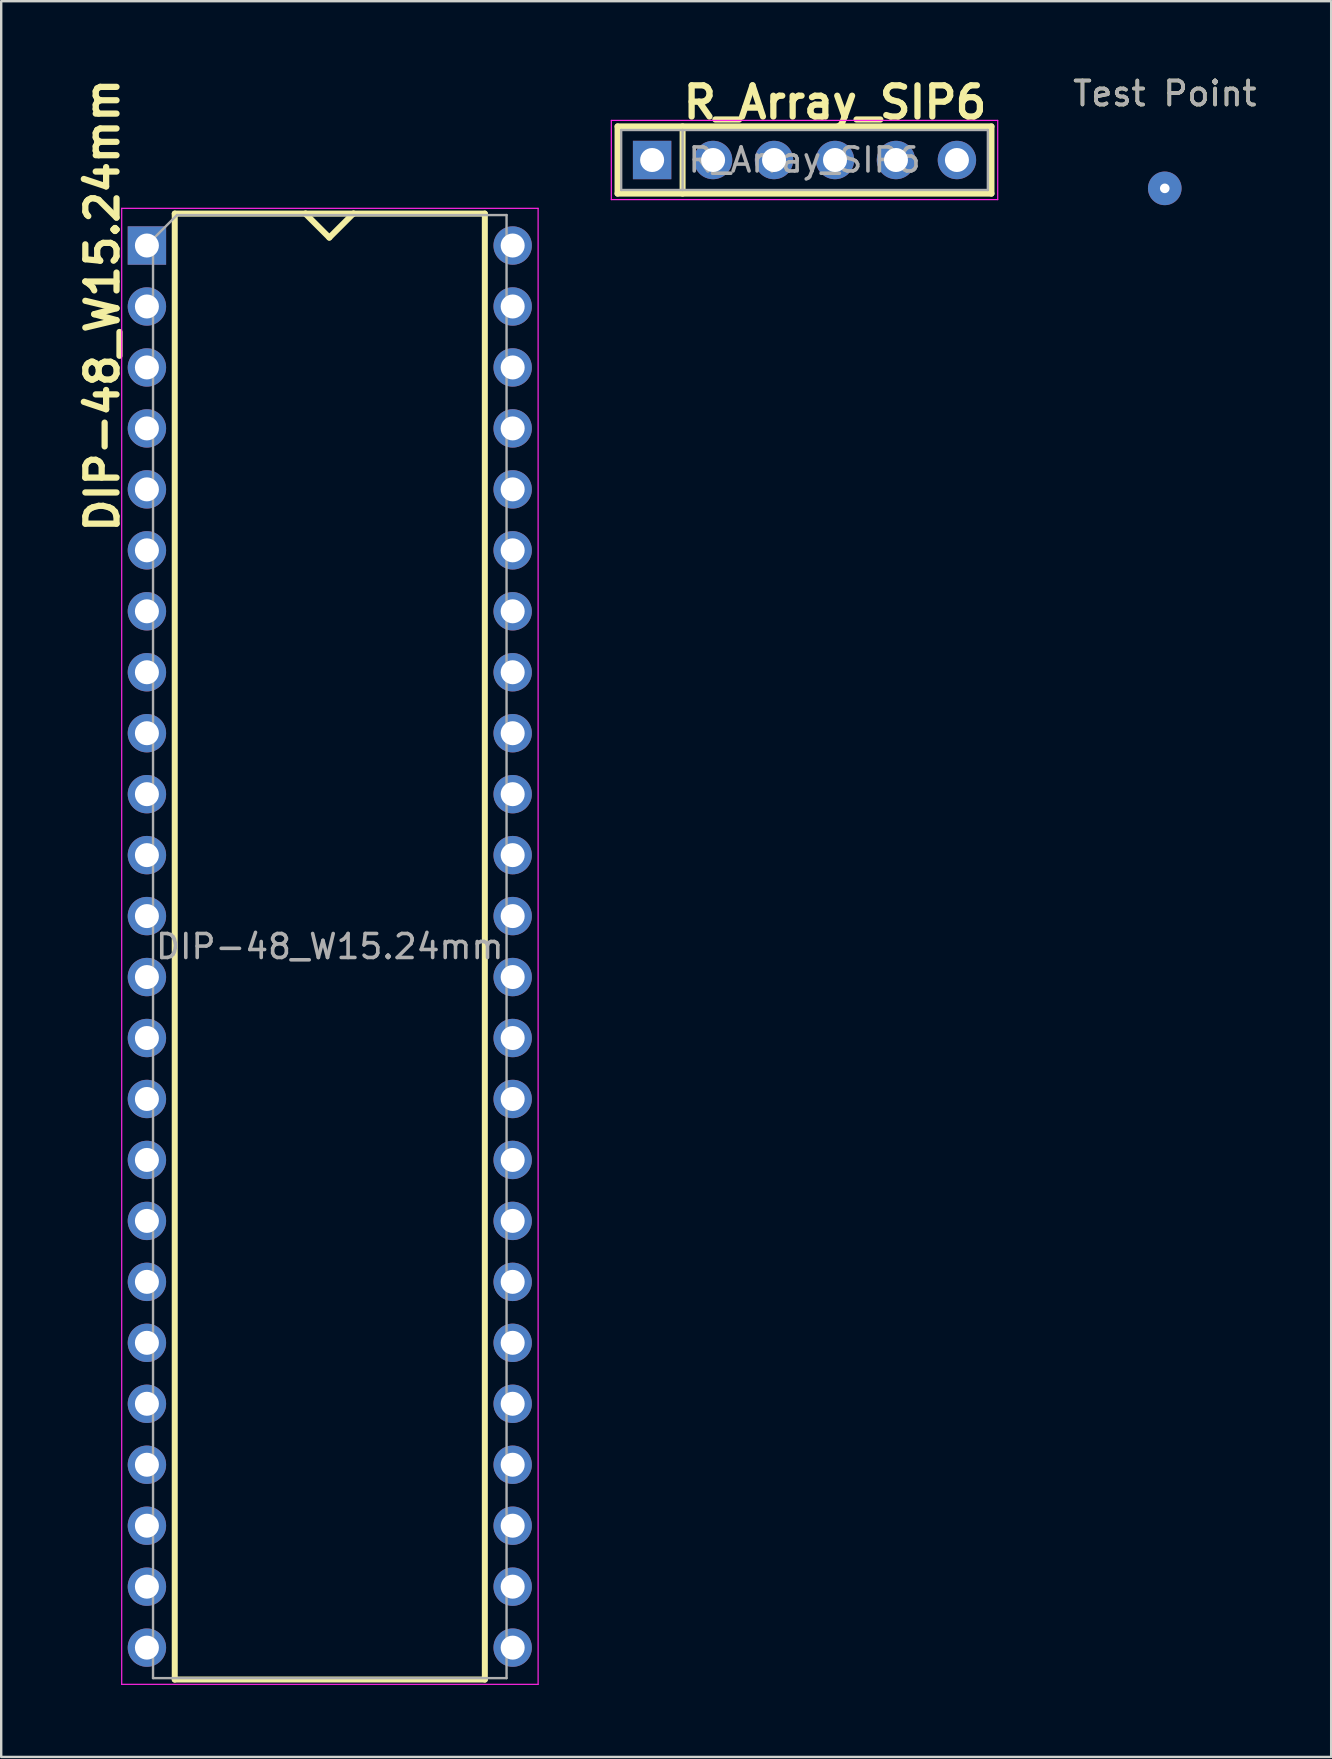
<source format=kicad_pcb>
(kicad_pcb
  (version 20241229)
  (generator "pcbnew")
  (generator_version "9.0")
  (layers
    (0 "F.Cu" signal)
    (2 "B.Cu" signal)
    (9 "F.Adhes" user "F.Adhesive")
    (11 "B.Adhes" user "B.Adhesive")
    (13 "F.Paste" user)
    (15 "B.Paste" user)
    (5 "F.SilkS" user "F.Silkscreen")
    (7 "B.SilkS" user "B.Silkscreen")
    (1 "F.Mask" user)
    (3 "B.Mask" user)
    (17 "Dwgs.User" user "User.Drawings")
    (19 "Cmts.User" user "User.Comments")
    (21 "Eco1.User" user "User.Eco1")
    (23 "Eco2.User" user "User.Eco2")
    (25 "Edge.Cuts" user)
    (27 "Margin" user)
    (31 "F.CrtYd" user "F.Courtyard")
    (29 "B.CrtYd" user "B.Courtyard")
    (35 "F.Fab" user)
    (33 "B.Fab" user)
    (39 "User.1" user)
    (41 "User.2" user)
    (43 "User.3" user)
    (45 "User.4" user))
  (footprint "DIP-48_W15.24mm"
    (layer "F.Cu")
    (at 3.071 7.18)
    (property "Reference" "DIP-48_W15.24mm" (at -1.854 2.489 90) (layer "F.SilkS") (effects (font (size 1.3 1.3) (thickness 0.26) (bold yes))))
    (attr through_hole)
    (fp_line (start 1.16 -1.33) (end 1.16 59.75) (stroke (width 0.25) (type solid)) (layer "F.SilkS"))
    (fp_line (start 1.16 59.75) (end 14.08 59.75) (stroke (width 0.25) (type solid)) (layer "F.SilkS"))
    (fp_line (start 6.6 -1.33) (end 7.6 -0.33) (stroke (width 0.25) (type solid)) (layer "F.SilkS"))
    (fp_line (start 6.62 -1.33) (end 1.16 -1.33) (stroke (width 0.25) (type solid)) (layer "F.SilkS"))
    (fp_line (start 8.6 -1.33) (end 7.6 -0.33) (stroke (width 0.25) (type solid)) (layer "F.SilkS"))
    (fp_line (start 8.62 -1.33) (end 6.62 -1.33) (stroke (width 0.25) (type default)) (layer "F.SilkS"))
    (fp_line (start 14.08 -1.33) (end 8.62 -1.33) (stroke (width 0.25) (type solid)) (layer "F.SilkS"))
    (fp_line (start 14.08 59.75) (end 14.08 -1.33) (stroke (width 0.25) (type solid)) (layer "F.SilkS"))
    (fp_line (start -1.05 -1.55) (end -1.05 59.95) (stroke (width 0.05) (type solid)) (layer "F.CrtYd"))
    (fp_line (start -1.05 59.95) (end 16.3 59.95) (stroke (width 0.05) (type solid)) (layer "F.CrtYd"))
    (fp_line (start 16.3 -1.55) (end -1.05 -1.55) (stroke (width 0.05) (type solid)) (layer "F.CrtYd"))
    (fp_line (start 16.3 59.95) (end 16.3 -1.55) (stroke (width 0.05) (type solid)) (layer "F.CrtYd"))
    (fp_line (start 0.255 -0.27) (end 1.255 -1.27) (stroke (width 0.1) (type solid)) (layer "F.Fab"))
    (fp_line (start 0.255 59.69) (end 0.255 -0.27) (stroke (width 0.1) (type solid)) (layer "F.Fab"))
    (fp_line (start 1.255 -1.27) (end 14.985 -1.27) (stroke (width 0.1) (type solid)) (layer "F.Fab"))
    (fp_line (start 14.985 -1.27) (end 14.985 59.69) (stroke (width 0.1) (type solid)) (layer "F.Fab"))
    (fp_line (start 14.985 59.69) (end 0.255 59.69) (stroke (width 0.1) (type solid)) (layer "F.Fab"))
    (fp_text user "${REFERENCE}" (at 7.62 29.21 0) (layer "F.Fab") (effects (font (size 1 1) (thickness 0.15))))
    (pad "1" thru_hole rect (at 0 0) (size 1.6 1.6) (drill 1) (layers "*.Cu" "*.Mask"))
    (pad "2" thru_hole oval (at 0 2.54) (size 1.6 1.6) (drill 1) (layers "*.Cu" "*.Mask"))
    (pad "3" thru_hole oval (at 0 5.08) (size 1.6 1.6) (drill 1) (layers "*.Cu" "*.Mask"))
    (pad "4" thru_hole oval (at 0 7.62) (size 1.6 1.6) (drill 1) (layers "*.Cu" "*.Mask"))
    (pad "5" thru_hole oval (at 0 10.16) (size 1.6 1.6) (drill 1) (layers "*.Cu" "*.Mask"))
    (pad "6" thru_hole oval (at 0 12.7) (size 1.6 1.6) (drill 1) (layers "*.Cu" "*.Mask"))
    (pad "7" thru_hole oval (at 0 15.24) (size 1.6 1.6) (drill 1) (layers "*.Cu" "*.Mask"))
    (pad "8" thru_hole oval (at 0 17.78) (size 1.6 1.6) (drill 1) (layers "*.Cu" "*.Mask"))
    (pad "9" thru_hole oval (at 0 20.32) (size 1.6 1.6) (drill 1) (layers "*.Cu" "*.Mask"))
    (pad "10" thru_hole oval (at 0 22.86) (size 1.6 1.6) (drill 1) (layers "*.Cu" "*.Mask"))
    (pad "11" thru_hole oval (at 0 25.4) (size 1.6 1.6) (drill 1) (layers "*.Cu" "*.Mask"))
    (pad "12" thru_hole oval (at 0 27.94) (size 1.6 1.6) (drill 1) (layers "*.Cu" "*.Mask"))
    (pad "13" thru_hole oval (at 0 30.48) (size 1.6 1.6) (drill 1) (layers "*.Cu" "*.Mask"))
    (pad "14" thru_hole oval (at 0 33.02) (size 1.6 1.6) (drill 1) (layers "*.Cu" "*.Mask"))
    (pad "15" thru_hole oval (at 0 35.56) (size 1.6 1.6) (drill 1) (layers "*.Cu" "*.Mask"))
    (pad "16" thru_hole oval (at 0 38.1) (size 1.6 1.6) (drill 1) (layers "*.Cu" "*.Mask"))
    (pad "17" thru_hole oval (at 0 40.64) (size 1.6 1.6) (drill 1) (layers "*.Cu" "*.Mask"))
    (pad "18" thru_hole oval (at 0 43.18) (size 1.6 1.6) (drill 1) (layers "*.Cu" "*.Mask"))
    (pad "19" thru_hole oval (at 0 45.72) (size 1.6 1.6) (drill 1) (layers "*.Cu" "*.Mask"))
    (pad "20" thru_hole oval (at 0 48.26) (size 1.6 1.6) (drill 1) (layers "*.Cu" "*.Mask"))
    (pad "21" thru_hole oval (at 0 50.8) (size 1.6 1.6) (drill 1) (layers "*.Cu" "*.Mask"))
    (pad "22" thru_hole oval (at 0 53.34) (size 1.6 1.6) (drill 1) (layers "*.Cu" "*.Mask"))
    (pad "23" thru_hole oval (at 0 55.88) (size 1.6 1.6) (drill 1) (layers "*.Cu" "*.Mask"))
    (pad "24" thru_hole oval (at 0 58.42) (size 1.6 1.6) (drill 1) (layers "*.Cu" "*.Mask"))
    (pad "25" thru_hole oval (at 15.24 58.42) (size 1.6 1.6) (drill 1) (layers "*.Cu" "*.Mask"))
    (pad "26" thru_hole oval (at 15.24 55.88) (size 1.6 1.6) (drill 1) (layers "*.Cu" "*.Mask"))
    (pad "27" thru_hole oval (at 15.24 53.34) (size 1.6 1.6) (drill 1) (layers "*.Cu" "*.Mask"))
    (pad "28" thru_hole oval (at 15.24 50.8) (size 1.6 1.6) (drill 1) (layers "*.Cu" "*.Mask"))
    (pad "29" thru_hole oval (at 15.24 48.26) (size 1.6 1.6) (drill 1) (layers "*.Cu" "*.Mask"))
    (pad "30" thru_hole oval (at 15.24 45.72) (size 1.6 1.6) (drill 1) (layers "*.Cu" "*.Mask"))
    (pad "31" thru_hole oval (at 15.24 43.18) (size 1.6 1.6) (drill 1) (layers "*.Cu" "*.Mask"))
    (pad "32" thru_hole oval (at 15.24 40.64) (size 1.6 1.6) (drill 1) (layers "*.Cu" "*.Mask"))
    (pad "33" thru_hole oval (at 15.24 38.1) (size 1.6 1.6) (drill 1) (layers "*.Cu" "*.Mask"))
    (pad "34" thru_hole oval (at 15.24 35.56) (size 1.6 1.6) (drill 1) (layers "*.Cu" "*.Mask"))
    (pad "35" thru_hole oval (at 15.24 33.02) (size 1.6 1.6) (drill 1) (layers "*.Cu" "*.Mask"))
    (pad "36" thru_hole oval (at 15.24 30.48) (size 1.6 1.6) (drill 1) (layers "*.Cu" "*.Mask"))
    (pad "37" thru_hole oval (at 15.24 27.94) (size 1.6 1.6) (drill 1) (layers "*.Cu" "*.Mask"))
    (pad "38" thru_hole oval (at 15.24 25.4) (size 1.6 1.6) (drill 1) (layers "*.Cu" "*.Mask"))
    (pad "39" thru_hole oval (at 15.24 22.86) (size 1.6 1.6) (drill 1) (layers "*.Cu" "*.Mask"))
    (pad "40" thru_hole oval (at 15.24 20.32) (size 1.6 1.6) (drill 1) (layers "*.Cu" "*.Mask"))
    (pad "41" thru_hole oval (at 15.24 17.78) (size 1.6 1.6) (drill 1) (layers "*.Cu" "*.Mask"))
    (pad "42" thru_hole oval (at 15.24 15.24) (size 1.6 1.6) (drill 1) (layers "*.Cu" "*.Mask"))
    (pad "43" thru_hole oval (at 15.24 12.7) (size 1.6 1.6) (drill 1) (layers "*.Cu" "*.Mask"))
    (pad "44" thru_hole oval (at 15.24 10.16) (size 1.6 1.6) (drill 1) (layers "*.Cu" "*.Mask"))
    (pad "45" thru_hole oval (at 15.24 7.62) (size 1.6 1.6) (drill 1) (layers "*.Cu" "*.Mask"))
    (pad "46" thru_hole oval (at 15.24 5.08) (size 1.6 1.6) (drill 1) (layers "*.Cu" "*.Mask"))
    (pad "47" thru_hole oval (at 15.24 2.54) (size 1.6 1.6) (drill 1) (layers "*.Cu" "*.Mask"))
    (pad "48" thru_hole oval (at 15.24 0) (size 1.6 1.6) (drill 1) (layers "*.Cu" "*.Mask")))
  (footprint "R_Array_SIP6"
    (layer "F.Cu")
    (at 24.121 3.617)
    (property "Reference" "R_Array_SIP6" (at 7.62 -2.4 0) (layer "F.SilkS") (effects (font (size 1.3 1.3) (thickness 0.26) (bold yes))))
    (attr through_hole)
    (fp_line (start -1.44 -1.4) (end -1.44 1.4) (stroke (width 0.25) (type solid)) (layer "F.SilkS"))
    (fp_line (start -1.44 1.4) (end 14.14 1.4) (stroke (width 0.25) (type solid)) (layer "F.SilkS"))
    (fp_line (start 1.27 -1.4) (end 1.27 1.4) (stroke (width 0.25) (type solid)) (layer "F.SilkS"))
    (fp_line (start 14.14 -1.4) (end -1.44 -1.4) (stroke (width 0.25) (type solid)) (layer "F.SilkS"))
    (fp_line (start 14.14 1.4) (end 14.14 -1.4) (stroke (width 0.25) (type solid)) (layer "F.SilkS"))
    (fp_line (start -1.7 -1.65) (end -1.7 1.65) (stroke (width 0.05) (type solid)) (layer "F.CrtYd"))
    (fp_line (start -1.7 1.65) (end 14.4 1.65) (stroke (width 0.05) (type solid)) (layer "F.CrtYd"))
    (fp_line (start 14.4 -1.65) (end -1.7 -1.65) (stroke (width 0.05) (type solid)) (layer "F.CrtYd"))
    (fp_line (start 14.4 1.65) (end 14.4 -1.65) (stroke (width 0.05) (type solid)) (layer "F.CrtYd"))
    (fp_line (start -1.29 -1.25) (end -1.29 1.25) (stroke (width 0.1) (type solid)) (layer "F.Fab"))
    (fp_line (start -1.29 1.25) (end 13.99 1.25) (stroke (width 0.1) (type solid)) (layer "F.Fab"))
    (fp_line (start 1.27 -1.25) (end 1.27 1.25) (stroke (width 0.1) (type solid)) (layer "F.Fab"))
    (fp_line (start 13.99 -1.25) (end -1.29 -1.25) (stroke (width 0.1) (type solid)) (layer "F.Fab"))
    (fp_line (start 13.99 1.25) (end 13.99 -1.25) (stroke (width 0.1) (type solid)) (layer "F.Fab"))
    (fp_text user "${REFERENCE}" (at 6.35 0 0) (layer "F.Fab") (effects (font (size 1 1) (thickness 0.15))))
    (pad "1" thru_hole rect (at 0 0) (size 1.6 1.6) (drill 1) (layers "*.Cu" "*.Mask"))
    (pad "2" thru_hole oval (at 2.54 0) (size 1.6 1.6) (drill 1) (layers "*.Cu" "*.Mask"))
    (pad "3" thru_hole oval (at 5.08 0) (size 1.6 1.6) (drill 1) (layers "*.Cu" "*.Mask"))
    (pad "4" thru_hole oval (at 7.62 0) (size 1.6 1.6) (drill 1) (layers "*.Cu" "*.Mask"))
    (pad "5" thru_hole oval (at 10.16 0) (size 1.6 1.6) (drill 1) (layers "*.Cu" "*.Mask"))
    (pad "6" thru_hole oval (at 12.7 0) (size 1.6 1.6) (drill 1) (layers "*.Cu" "*.Mask")))
  (footprint "Test Point"
    (layer "F.Cu")
    (at 45.481 4.798)
    (property "Reference" "Test Point" (at 0 -3.948 0) (layer "F.SilkS") (effects (font (size 1 1) (thickness 0.15))))
    (attr exclude_from_pos_files)
    (fp_text user "${REFERENCE}" (at 0 -3.95 0) (layer "F.Fab") (effects (font (size 1 1) (thickness 0.15))))
    (pad "1" thru_hole circle (at 0 0) (size 1.4 1.4) (drill 0.4) (layers "*.Cu" "*.Mask")))
  (gr_rect
    (start -3 -3)
    (end 52.415 70.155)
    (stroke (width 0.1) (type default))
    (fill no)
    (layer "Edge.Cuts")))
</source>
